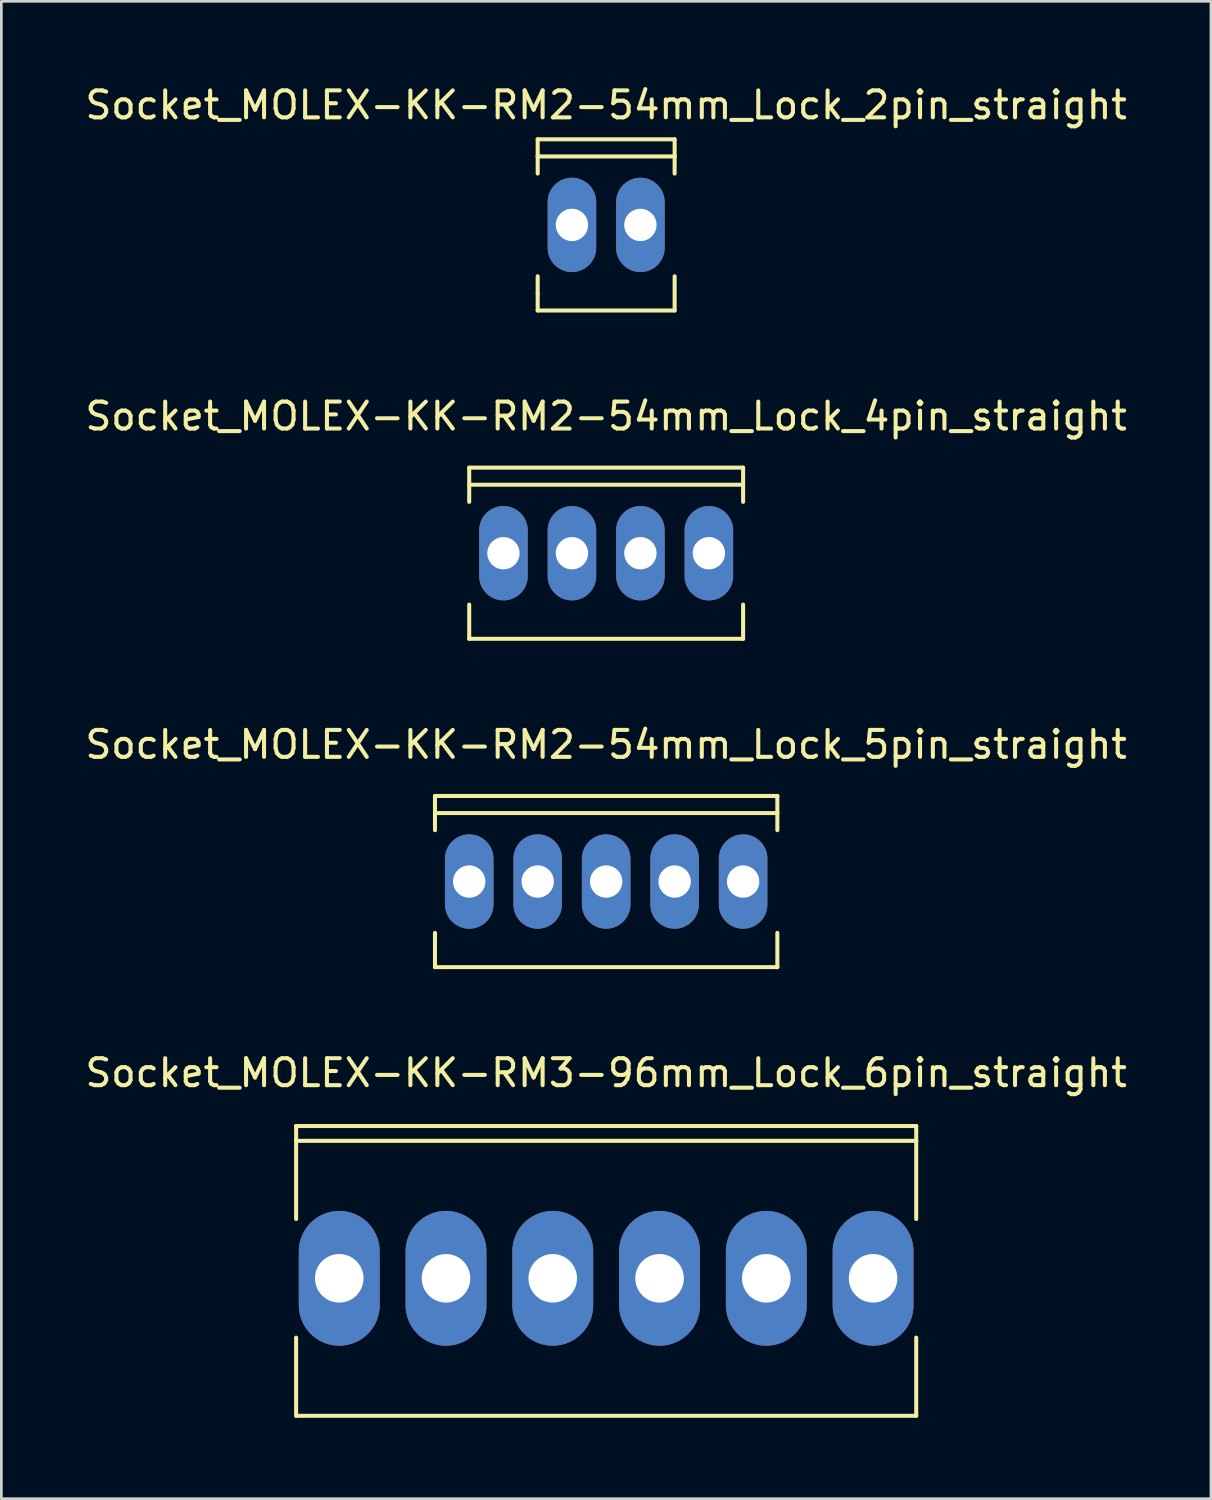
<source format=kicad_pcb>
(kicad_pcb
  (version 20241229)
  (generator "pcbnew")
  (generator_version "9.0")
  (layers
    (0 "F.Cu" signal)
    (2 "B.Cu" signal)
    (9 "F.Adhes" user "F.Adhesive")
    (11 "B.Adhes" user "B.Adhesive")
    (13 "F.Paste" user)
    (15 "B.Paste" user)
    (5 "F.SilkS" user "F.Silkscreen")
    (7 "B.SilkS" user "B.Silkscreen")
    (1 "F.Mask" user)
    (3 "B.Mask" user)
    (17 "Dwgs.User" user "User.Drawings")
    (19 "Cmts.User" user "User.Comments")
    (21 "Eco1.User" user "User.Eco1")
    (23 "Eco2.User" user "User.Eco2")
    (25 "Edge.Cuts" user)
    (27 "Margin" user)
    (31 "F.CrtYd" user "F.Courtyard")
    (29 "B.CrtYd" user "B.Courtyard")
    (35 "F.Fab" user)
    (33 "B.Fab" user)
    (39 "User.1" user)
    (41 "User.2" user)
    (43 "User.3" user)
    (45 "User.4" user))
  (footprint "Socket_MOLEX-KK-RM2-54mm_Lock_5pin_straight"
    (layer "F.Cu")
    (at 19.435 29.65)
    (property "Reference" "Socket_MOLEX-KK-RM2-54mm_Lock_5pin_straight" (at 0 -5.08 0) (layer "F.SilkS") (effects (font (size 1 1) (thickness 0.15))))
    (attr through_hole)
    (fp_line (start -6.35 -3.175) (end 6.35 -3.175) (stroke (width 0.15) (type solid)) (layer "F.SilkS"))
    (fp_line (start -6.35 -1.905) (end -6.35 -3.175) (stroke (width 0.15) (type solid)) (layer "F.SilkS"))
    (fp_line (start -6.35 3.175) (end -6.35 1.905) (stroke (width 0.15) (type solid)) (layer "F.SilkS"))
    (fp_line (start 6.35 -2.54) (end -6.35 -2.54) (stroke (width 0.15) (type solid)) (layer "F.SilkS"))
    (fp_line (start 6.35 -1.905) (end 6.35 -3.175) (stroke (width 0.15) (type solid)) (layer "F.SilkS"))
    (fp_line (start 6.35 3.175) (end -6.35 3.175) (stroke (width 0.15) (type solid)) (layer "F.SilkS"))
    (fp_line (start 6.35 3.175) (end 6.35 1.905) (stroke (width 0.15) (type solid)) (layer "F.SilkS"))
    (pad "1" thru_hole oval (at -5.08 0) (size 1.801 3.5) (drill 1.199) (layers "*.Cu" "*.Mask"))
    (pad "2" thru_hole oval (at -2.54 0) (size 1.801 3.5) (drill 1.199) (layers "*.Cu" "*.Mask"))
    (pad "3" thru_hole oval (at 0 0) (size 1.801 3.5) (drill 1.199) (layers "*.Cu" "*.Mask"))
    (pad "4" thru_hole oval (at 2.54 0) (size 1.801 3.5) (drill 1.199) (layers "*.Cu" "*.Mask"))
    (pad "5" thru_hole oval (at 5.08 0) (size 1.801 3.5) (drill 1.199) (layers "*.Cu" "*.Mask")))
  (footprint "Socket_MOLEX-KK-RM2-54mm_Lock_2pin_straight"
    (layer "F.Cu")
    (at 19.435 5.293)
    (property "Reference" "Socket_MOLEX-KK-RM2-54mm_Lock_2pin_straight" (at 0 -4.445 0) (layer "F.SilkS") (effects (font (size 1 1) (thickness 0.15))))
    (attr through_hole)
    (fp_line (start -2.54 -3.175) (end 2.54 -3.175) (stroke (width 0.15) (type solid)) (layer "F.SilkS"))
    (fp_line (start -2.54 -2.54) (end -2.54 -3.175) (stroke (width 0.15) (type solid)) (layer "F.SilkS"))
    (fp_line (start -2.54 -2.54) (end -2.54 -1.905) (stroke (width 0.15) (type solid)) (layer "F.SilkS"))
    (fp_line (start -2.54 -2.54) (end 2.54 -2.54) (stroke (width 0.15) (type solid)) (layer "F.SilkS"))
    (fp_line (start -2.54 2.54) (end -2.54 1.905) (stroke (width 0.15) (type solid)) (layer "F.SilkS"))
    (fp_line (start -2.54 3.175) (end -2.54 2.54) (stroke (width 0.15) (type solid)) (layer "F.SilkS"))
    (fp_line (start 2.54 -3.175) (end 2.54 -2.54) (stroke (width 0.15) (type solid)) (layer "F.SilkS"))
    (fp_line (start 2.54 -2.54) (end 2.54 -1.905) (stroke (width 0.15) (type solid)) (layer "F.SilkS"))
    (fp_line (start 2.54 3.175) (end -2.54 3.175) (stroke (width 0.15) (type solid)) (layer "F.SilkS"))
    (fp_line (start 2.54 3.175) (end 2.54 1.905) (stroke (width 0.15) (type solid)) (layer "F.SilkS"))
    (pad "1" thru_hole oval (at -1.27 0) (size 1.801 3.5) (drill 1.199) (layers "*.Cu" "*.Mask"))
    (pad "2" thru_hole oval (at 1.27 0) (size 1.801 3.5) (drill 1.199) (layers "*.Cu" "*.Mask")))
  (footprint "Socket_MOLEX-KK-RM2-54mm_Lock_4pin_straight"
    (layer "F.Cu")
    (at 19.435 17.471)
    (property "Reference" "Socket_MOLEX-KK-RM2-54mm_Lock_4pin_straight" (at 0 -5.08 0) (layer "F.SilkS") (effects (font (size 1 1) (thickness 0.15))))
    (attr through_hole)
    (fp_line (start -5.08 -3.175) (end 5.08 -3.175) (stroke (width 0.15) (type solid)) (layer "F.SilkS"))
    (fp_line (start -5.08 -1.905) (end -5.08 -3.175) (stroke (width 0.15) (type solid)) (layer "F.SilkS"))
    (fp_line (start -5.08 3.175) (end -5.08 1.905) (stroke (width 0.15) (type solid)) (layer "F.SilkS"))
    (fp_line (start 5.08 -3.175) (end 5.08 -1.905) (stroke (width 0.15) (type solid)) (layer "F.SilkS"))
    (fp_line (start 5.08 -2.54) (end -5.08 -2.54) (stroke (width 0.15) (type solid)) (layer "F.SilkS"))
    (fp_line (start 5.08 1.905) (end 5.08 3.175) (stroke (width 0.15) (type solid)) (layer "F.SilkS"))
    (fp_line (start 5.08 3.175) (end -5.08 3.175) (stroke (width 0.15) (type solid)) (layer "F.SilkS"))
    (pad "1" thru_hole oval (at -3.81 0) (size 1.801 3.5) (drill 1.199) (layers "*.Cu" "*.Mask"))
    (pad "2" thru_hole oval (at -1.27 0) (size 1.801 3.5) (drill 1.199) (layers "*.Cu" "*.Mask"))
    (pad "3" thru_hole oval (at 1.27 0) (size 1.801 3.5) (drill 1.199) (layers "*.Cu" "*.Mask"))
    (pad "4" thru_hole oval (at 3.81 0) (size 1.801 3.5) (drill 1.199) (layers "*.Cu" "*.Mask")))
  (footprint "Socket_MOLEX-KK-RM3-96mm_Lock_6pin_straight"
    (layer "F.Cu")
    (at 19.435 44.368)
    (property "Reference" "Socket_MOLEX-KK-RM3-96mm_Lock_6pin_straight" (at 0 -7.62 0) (layer "F.SilkS") (effects (font (size 1 1) (thickness 0.15))))
    (attr through_hole)
    (fp_line (start -11.501 -5.649) (end -11.501 -5.1) (stroke (width 0.15) (type solid)) (layer "F.SilkS"))
    (fp_line (start -11.501 -5.1) (end -11.501 -2.2) (stroke (width 0.15) (type solid)) (layer "F.SilkS"))
    (fp_line (start -11.501 2.2) (end -11.501 5.1) (stroke (width 0.15) (type solid)) (layer "F.SilkS"))
    (fp_line (start -11.501 5.1) (end 11.501 5.1) (stroke (width 0.15) (type solid)) (layer "F.SilkS"))
    (fp_line (start 11.501 -5.649) (end -11.501 -5.649) (stroke (width 0.15) (type solid)) (layer "F.SilkS"))
    (fp_line (start 11.501 -5.1) (end -11.501 -5.1) (stroke (width 0.15) (type solid)) (layer "F.SilkS"))
    (fp_line (start 11.501 -5.1) (end 11.501 -5.649) (stroke (width 0.15) (type solid)) (layer "F.SilkS"))
    (fp_line (start 11.501 -2.2) (end 11.501 -5.1) (stroke (width 0.15) (type solid)) (layer "F.SilkS"))
    (fp_line (start 11.501 5.1) (end 11.501 2.2) (stroke (width 0.15) (type solid)) (layer "F.SilkS"))
    (pad "1" thru_hole oval (at -9.901 0) (size 3 5.001) (drill 1.801) (layers "*.Cu" "*.Mask"))
    (pad "2" thru_hole oval (at -5.941 0) (size 3 5.001) (drill 1.801) (layers "*.Cu" "*.Mask"))
    (pad "3" thru_hole oval (at -1.981 0) (size 3 5.001) (drill 1.801) (layers "*.Cu" "*.Mask"))
    (pad "4" thru_hole oval (at 1.981 0) (size 3 5.001) (drill 1.801) (layers "*.Cu" "*.Mask"))
    (pad "5" thru_hole oval (at 5.941 0) (size 3 5.001) (drill 1.801) (layers "*.Cu" "*.Mask"))
    (pad "6" thru_hole oval (at 9.901 0) (size 3 5.001) (drill 1.801) (layers "*.Cu" "*.Mask")))
  (gr_rect
    (start -3 -3)
    (end 41.869 52.543)
    (stroke (width 0.1) (type default))
    (fill no)
    (layer "Edge.Cuts")))
</source>
